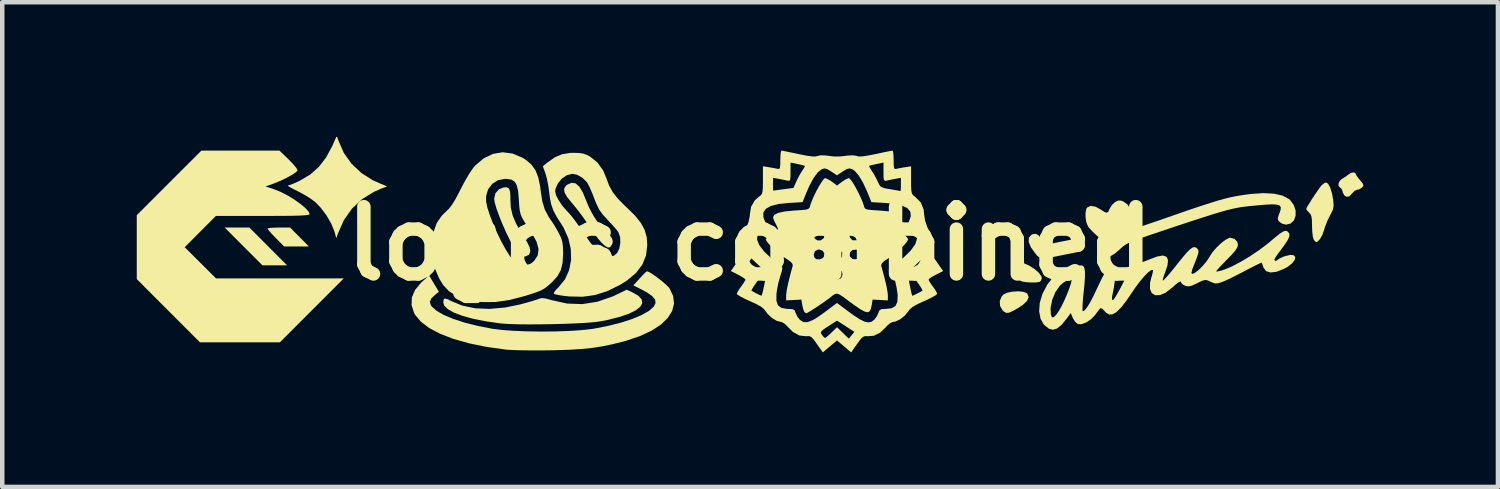
<source format=kicad_pcb>
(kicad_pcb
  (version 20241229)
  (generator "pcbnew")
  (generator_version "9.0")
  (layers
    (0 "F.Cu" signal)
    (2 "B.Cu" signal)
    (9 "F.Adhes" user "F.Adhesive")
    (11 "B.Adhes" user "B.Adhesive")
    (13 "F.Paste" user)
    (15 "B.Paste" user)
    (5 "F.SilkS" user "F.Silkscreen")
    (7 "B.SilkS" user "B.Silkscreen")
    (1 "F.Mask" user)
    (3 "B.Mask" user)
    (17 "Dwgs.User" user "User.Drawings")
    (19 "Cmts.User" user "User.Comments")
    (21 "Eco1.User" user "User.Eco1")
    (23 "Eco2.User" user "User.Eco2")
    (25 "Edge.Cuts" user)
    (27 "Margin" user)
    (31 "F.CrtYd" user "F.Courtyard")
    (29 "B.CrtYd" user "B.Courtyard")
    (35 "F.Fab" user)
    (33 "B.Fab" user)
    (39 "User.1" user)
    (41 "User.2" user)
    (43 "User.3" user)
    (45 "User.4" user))
  (footprint "logos combined"
    (layer "F.Cu")
    (at 13.672 2.381)
    (property "Reference" "logos combined" (at 0 0 0) (layer "F.SilkS") (effects (font (size 1.5 1.5) (thickness 0.3))))
    (attr board_only exclude_from_pos_files exclude_from_bom)
    (fp_poly (pts (xy -10.74 0.065) (xy -10.32 0.486) (xy -10.595 0.486) (xy -10.87 0.486) (xy -11.291 0.065) (xy -11.711 -0.356) (xy -11.436 -0.356) (xy -11.16 -0.356)) (stroke (width 0) (type solid)) (fill yes) (layer "F.SilkS"))
    (fp_poly (pts (xy -10.043 -0.146) (xy -9.835 0.065) (xy -10.11 0.065) (xy -10.386 0.065) (xy -10.571 -0.122) (xy -10.657 -0.212) (xy -10.722 -0.285) (xy -10.754 -0.328) (xy -10.756 -0.333) (xy -10.726 -0.344) (xy -10.647 -0.352) (xy -10.535 -0.356) (xy -10.504 -0.356) (xy -10.252 -0.356)) (stroke (width 0) (type solid)) (fill yes) (layer "F.SilkS"))
    (fp_poly (pts (xy 6.44 -0.181) (xy 6.499 -0.1) (xy 6.56 0.018) (xy 6.615 0.143) (xy 6.637 0.224) (xy 6.626 0.273) (xy 6.582 0.3) (xy 6.569 0.304) (xy 6.5 0.319) (xy 6.455 0.311) (xy 6.408 0.27) (xy 6.368 0.223) (xy 6.267 0.082) (xy 6.219 -0.037) (xy 6.223 -0.131) (xy 6.28 -0.195) (xy 6.317 -0.21) (xy 6.382 -0.216)) (stroke (width 0) (type solid)) (fill yes) (layer "F.SilkS"))
    (fp_poly (pts (xy 6.093 1.076) (xy 6.172 1.104) (xy 6.188 1.117) (xy 6.218 1.193) (xy 6.186 1.276) (xy 6.092 1.366) (xy 5.987 1.435) (xy 5.865 1.505) (xy 5.782 1.542) (xy 5.724 1.548) (xy 5.676 1.525) (xy 5.637 1.49) (xy 5.58 1.392) (xy 5.575 1.28) (xy 5.618 1.177) (xy 5.658 1.136) (xy 5.741 1.097) (xy 5.855 1.073) (xy 5.98 1.065)) (stroke (width 0) (type solid)) (fill yes) (layer "F.SilkS"))
    (fp_poly (pts (xy 6.116 0.441) (xy 6.232 0.493) (xy 6.345 0.565) (xy 6.44 0.647) (xy 6.499 0.726) (xy 6.512 0.773) (xy 6.489 0.834) (xy 6.461 0.855) (xy 6.385 0.868) (xy 6.272 0.869) (xy 6.149 0.86) (xy 6.091 0.851) (xy 5.987 0.813) (xy 5.897 0.75) (xy 5.841 0.677) (xy 5.832 0.637) (xy 5.856 0.537) (xy 5.918 0.459) (xy 6 0.422) (xy 6.013 0.421)) (stroke (width 0) (type solid)) (fill yes) (layer "F.SilkS"))
    (fp_poly (pts (xy 13.507 -1.57) (xy 13.51 -1.556) (xy 13.53 -1.515) (xy 13.58 -1.447) (xy 13.608 -1.413) (xy 13.666 -1.343) (xy 13.684 -1.3) (xy 13.668 -1.265) (xy 13.654 -1.25) (xy 13.587 -1.208) (xy 13.544 -1.199) (xy 13.485 -1.174) (xy 13.432 -1.118) (xy 13.366 -1.049) (xy 13.3 -1.045) (xy 13.257 -1.076) (xy 13.222 -1.141) (xy 13.218 -1.169) (xy 13.192 -1.227) (xy 13.167 -1.244) (xy 13.129 -1.286) (xy 13.132 -1.351) (xy 13.17 -1.415) (xy 13.21 -1.444) (xy 13.295 -1.496) (xy 13.342 -1.534) (xy 13.407 -1.574) (xy 13.469 -1.587)) (stroke (width 0) (type solid)) (fill yes) (layer "F.SilkS"))
    (fp_poly (pts (xy -5.372 -1.229) (xy -5.346 -1.159) (xy -5.339 -1.037) (xy -5.34 -0.988) (xy -5.331 -0.806) (xy -5.291 -0.63) (xy -5.214 -0.446) (xy -5.095 -0.238) (xy -5.059 -0.182) (xy -4.964 -0.027) (xy -4.91 0.088) (xy -4.895 0.173) (xy -4.916 0.235) (xy -4.931 0.253) (xy -5.009 0.291) (xy -5.098 0.272) (xy -5.185 0.199) (xy -5.197 0.184) (xy -5.269 0.076) (xy -5.349 -0.072) (xy -5.433 -0.244) (xy -5.515 -0.428) (xy -5.588 -0.609) (xy -5.648 -0.774) (xy -5.688 -0.91) (xy -5.702 -1.002) (xy -5.673 -1.122) (xy -5.593 -1.21) (xy -5.504 -1.248) (xy -5.423 -1.256)) (stroke (width 0) (type solid)) (fill yes) (layer "F.SilkS"))
    (fp_poly (pts (xy -3.887 -1.342) (xy -3.803 -1.27) (xy -3.723 -1.137) (xy -3.646 -0.947) (xy -3.588 -0.809) (xy -3.514 -0.666) (xy -3.432 -0.532) (xy -3.352 -0.423) (xy -3.283 -0.352) (xy -3.256 -0.336) (xy -3.213 -0.301) (xy -3.153 -0.231) (xy -3.124 -0.191) (xy -3.071 -0.107) (xy -3.055 -0.048) (xy -3.069 0.009) (xy -3.072 0.017) (xy -3.113 0.079) (xy -3.164 0.09) (xy -3.234 0.049) (xy -3.311 -0.024) (xy -3.381 -0.106) (xy -3.47 -0.224) (xy -3.563 -0.357) (xy -3.605 -0.421) (xy -3.706 -0.57) (xy -3.822 -0.726) (xy -3.932 -0.863) (xy -3.964 -0.9) (xy -4.074 -1.035) (xy -4.133 -1.14) (xy -4.142 -1.222) (xy -4.104 -1.287) (xy -4.075 -1.31) (xy -3.977 -1.354)) (stroke (width 0) (type solid)) (fill yes) (layer "F.SilkS"))
    (fp_poly (pts (xy 12.898 -1.331) (xy 12.943 -1.248) (xy 12.981 -1.127) (xy 13.009 -0.98) (xy 13.011 -0.963) (xy 13.019 -0.848) (xy 13.005 -0.761) (xy 12.963 -0.669) (xy 12.944 -0.637) (xy 12.881 -0.51) (xy 12.827 -0.37) (xy 12.813 -0.321) (xy 12.769 -0.196) (xy 12.714 -0.098) (xy 12.658 -0.041) (xy 12.631 -0.032) (xy 12.597 -0.057) (xy 12.572 -0.095) (xy 12.555 -0.158) (xy 12.543 -0.263) (xy 12.538 -0.388) (xy 12.538 -0.396) (xy 12.535 -0.526) (xy 12.523 -0.609) (xy 12.5 -0.661) (xy 12.473 -0.689) (xy 12.425 -0.74) (xy 12.408 -0.771) (xy 12.425 -0.809) (xy 12.47 -0.885) (xy 12.532 -0.984) (xy 12.603 -1.092) (xy 12.672 -1.193) (xy 12.729 -1.271) (xy 12.755 -1.303) (xy 12.814 -1.349) (xy 12.852 -1.361)) (stroke (width 0) (type solid)) (fill yes) (layer "F.SilkS"))
    (fp_poly (pts (xy -9.185 -2.33) (xy -9.17 -2.284) (xy -9.053 -2.018) (xy -8.881 -1.778) (xy -8.663 -1.573) (xy -8.408 -1.411) (xy -8.246 -1.339) (xy -8.155 -1.303) (xy -8.102 -1.276) (xy -8.1 -1.265) (xy -8.1 -1.265) (xy -8.152 -1.251) (xy -8.243 -1.215) (xy -8.357 -1.164) (xy -8.386 -1.151) (xy -8.649 -0.989) (xy -8.873 -0.778) (xy -9.053 -0.522) (xy -9.183 -0.23) (xy -9.222 -0.119) (xy -9.265 -0.273) (xy -9.333 -0.441) (xy -9.439 -0.624) (xy -9.568 -0.797) (xy -9.686 -0.919) (xy -9.783 -0.993) (xy -9.915 -1.077) (xy -10.057 -1.154) (xy -10.089 -1.17) (xy -10.197 -1.224) (xy -10.272 -1.266) (xy -10.304 -1.291) (xy -10.299 -1.295) (xy -10.246 -1.309) (xy -10.154 -1.346) (xy -10.041 -1.399) (xy -10.021 -1.409) (xy -9.798 -1.543) (xy -9.611 -1.71) (xy -9.451 -1.917) (xy -9.311 -2.176) (xy -9.243 -2.332) (xy -9.222 -2.379) (xy -9.206 -2.381)) (stroke (width 0) (type solid)) (fill yes) (layer "F.SilkS"))
    (fp_poly (pts (xy -10.278 -1.868) (xy -10.18 -1.766) (xy -10.114 -1.685) (xy -10.087 -1.634) (xy -10.089 -1.625) (xy -10.139 -1.578) (xy -10.235 -1.517) (xy -10.36 -1.45) (xy -10.498 -1.386) (xy -10.604 -1.343) (xy -10.8 -1.273) (xy -10.587 -1.202) (xy -10.451 -1.146) (xy -10.304 -1.07) (xy -10.159 -0.98) (xy -10.026 -0.886) (xy -9.917 -0.796) (xy -9.843 -0.717) (xy -9.817 -0.658) (xy -9.828 -0.646) (xy -9.866 -0.636) (xy -9.936 -0.629) (xy -10.044 -0.623) (xy -10.195 -0.619) (xy -10.396 -0.617) (xy -10.652 -0.616) (xy -10.862 -0.616) (xy -11.907 -0.616) (xy -12.255 -0.267) (xy -12.603 0.082) (xy -12.254 0.43) (xy -11.905 0.778) (xy -10.48 0.778) (xy -9.056 0.778) (xy -9.768 1.49) (xy -10.48 2.203) (xy -11.372 2.203) (xy -12.263 2.203) (xy -12.968 1.498) (xy -13.672 0.793) (xy -13.672 0.08) (xy -13.672 -0.632) (xy -12.951 -1.353) (xy -12.23 -2.073) (xy -11.36 -2.073) (xy -10.49 -2.073)) (stroke (width 0) (type solid)) (fill yes) (layer "F.SilkS"))
    (fp_poly (pts (xy -2.621 1.087) (xy -2.485 1.165) (xy -2.412 1.246) (xy -2.399 1.329) (xy -2.445 1.411) (xy -2.548 1.492) (xy -2.706 1.569) (xy -2.917 1.64) (xy -3.179 1.705) (xy -3.351 1.738) (xy -3.482 1.754) (xy -3.665 1.769) (xy -3.889 1.781) (xy -4.14 1.791) (xy -4.406 1.798) (xy -4.676 1.802) (xy -4.936 1.803) (xy -5.174 1.801) (xy -5.378 1.794) (xy -5.536 1.784) (xy -5.572 1.78) (xy -5.894 1.733) (xy -6.176 1.677) (xy -6.414 1.611) (xy -6.602 1.539) (xy -6.738 1.461) (xy -6.817 1.38) (xy -6.836 1.315) (xy -6.829 1.248) (xy -6.8 1.225) (xy -6.737 1.243) (xy -6.664 1.281) (xy -6.414 1.384) (xy -6.125 1.444) (xy -5.804 1.458) (xy -5.458 1.427) (xy -5.135 1.361) (xy -4.982 1.32) (xy -4.847 1.281) (xy -4.746 1.25) (xy -4.695 1.23) (xy -4.639 1.216) (xy -4.553 1.226) (xy -4.424 1.261) (xy -4.414 1.264) (xy -4.073 1.339) (xy -3.735 1.351) (xy -3.399 1.298) (xy -3.062 1.181) (xy -2.986 1.146) (xy -2.746 1.03)) (stroke (width 0) (type solid)) (fill yes) (layer "F.SilkS"))
    (fp_poly (pts (xy -2.249 0.635) (xy -2.169 0.683) (xy -2.07 0.753) (xy -1.968 0.832) (xy -1.876 0.911) (xy -1.809 0.977) (xy -1.791 1) (xy -1.71 1.17) (xy -1.691 1.339) (xy -1.732 1.503) (xy -1.831 1.661) (xy -1.985 1.809) (xy -2.193 1.944) (xy -2.452 2.065) (xy -2.759 2.168) (xy -2.82 2.185) (xy -3.064 2.246) (xy -3.291 2.293) (xy -3.516 2.328) (xy -3.755 2.352) (xy -4.022 2.369) (xy -4.332 2.379) (xy -4.471 2.382) (xy -4.7 2.384) (xy -4.925 2.383) (xy -5.13 2.38) (xy -5.303 2.374) (xy -5.429 2.367) (xy -5.455 2.364) (xy -5.883 2.303) (xy -6.271 2.223) (xy -6.613 2.126) (xy -6.908 2.012) (xy -7.151 1.884) (xy -7.337 1.742) (xy -7.465 1.589) (xy -7.485 1.553) (xy -7.543 1.377) (xy -7.537 1.204) (xy -7.466 1.036) (xy -7.332 0.874) (xy -7.298 0.842) (xy -7.152 0.714) (xy -7.043 0.895) (xy -6.934 1.076) (xy -7.015 1.14) (xy -7.104 1.225) (xy -7.136 1.299) (xy -7.114 1.375) (xy -7.091 1.407) (xy -6.987 1.5) (xy -6.825 1.593) (xy -6.614 1.681) (xy -6.36 1.764) (xy -6.07 1.837) (xy -5.752 1.899) (xy -5.75 1.9) (xy -5.539 1.926) (xy -5.279 1.946) (xy -4.986 1.958) (xy -4.675 1.963) (xy -4.36 1.961) (xy -4.058 1.951) (xy -3.785 1.934) (xy -3.554 1.91) (xy -3.484 1.9) (xy -3.166 1.838) (xy -2.876 1.765) (xy -2.621 1.682) (xy -2.409 1.593) (xy -2.248 1.501) (xy -2.143 1.408) (xy -2.142 1.407) (xy -2.102 1.327) (xy -2.113 1.25) (xy -2.178 1.172) (xy -2.301 1.086) (xy -2.424 1.02) (xy -2.596 0.934) (xy -2.456 0.778) (xy -2.381 0.697) (xy -2.323 0.64) (xy -2.295 0.619)) (stroke (width 0) (type solid)) (fill yes) (layer "F.SilkS"))
    (fp_poly (pts (xy -5.292 -2.007) (xy -5.073 -1.915) (xy -5.002 -1.871) (xy -4.875 -1.765) (xy -4.782 -1.637) (xy -4.717 -1.474) (xy -4.675 -1.265) (xy -4.664 -1.171) (xy -4.629 -0.943) (xy -4.572 -0.757) (xy -4.484 -0.59) (xy -4.423 -0.502) (xy -4.367 -0.419) (xy -4.301 -0.306) (xy -4.257 -0.227) (xy -4.209 -0.127) (xy -4.181 -0.037) (xy -4.168 0.066) (xy -4.164 0.206) (xy -4.164 0.227) (xy -4.176 0.431) (xy -4.216 0.593) (xy -4.292 0.731) (xy -4.412 0.862) (xy -4.433 0.882) (xy -4.515 0.953) (xy -4.586 1.006) (xy -4.665 1.049) (xy -4.766 1.089) (xy -4.905 1.135) (xy -5.001 1.165) (xy -5.353 1.257) (xy -5.669 1.304) (xy -5.958 1.306) (xy -6.075 1.294) (xy -6.335 1.244) (xy -6.543 1.17) (xy -6.707 1.065) (xy -6.839 0.925) (xy -6.924 0.787) (xy -7.027 0.548) (xy -7.081 0.307) (xy -7.09 0.041) (xy -7.087 -0.013) (xy -7.053 -0.258) (xy -6.983 -0.457) (xy -6.871 -0.62) (xy -6.782 -0.706) (xy -6.71 -0.776) (xy -6.64 -0.866) (xy -6.565 -0.989) (xy -6.528 -1.059) (xy -5.882 -1.059) (xy -5.881 -0.937) (xy -5.852 -0.798) (xy -5.796 -0.625) (xy -5.721 -0.431) (xy -5.632 -0.229) (xy -5.536 -0.034) (xy -5.439 0.142) (xy -5.348 0.285) (xy -5.269 0.38) (xy -5.26 0.388) (xy -5.13 0.47) (xy -5.001 0.488) (xy -4.878 0.444) (xy -4.809 0.387) (xy -4.73 0.263) (xy -4.712 0.122) (xy -4.755 -0.038) (xy -4.819 -0.157) (xy -4.9 -0.286) (xy -4.989 -0.426) (xy -5.029 -0.49) (xy -5.079 -0.575) (xy -5.111 -0.651) (xy -5.131 -0.739) (xy -5.144 -0.857) (xy -5.151 -0.975) (xy -5.166 -1.162) (xy -5.195 -1.292) (xy -5.241 -1.376) (xy -5.312 -1.423) (xy -5.413 -1.441) (xy -5.458 -1.442) (xy -5.615 -1.413) (xy -5.744 -1.332) (xy -5.836 -1.211) (xy -5.882 -1.059) (xy -6.528 -1.059) (xy -6.477 -1.156) (xy -6.447 -1.215) (xy -6.35 -1.399) (xy -6.255 -1.561) (xy -6.169 -1.687) (xy -6.123 -1.742) (xy -5.931 -1.902) (xy -5.725 -2) (xy -5.511 -2.035)) (stroke (width 0) (type solid)) (fill yes) (layer "F.SilkS"))
    (fp_poly (pts (xy -3.8 -2.019) (xy -3.7 -2.002) (xy -3.609 -1.965) (xy -3.562 -1.938) (xy -3.397 -1.805) (xy -3.27 -1.627) (xy -3.206 -1.474) (xy -3.141 -1.299) (xy -3.058 -1.147) (xy -2.944 -1.001) (xy -2.788 -0.843) (xy -2.743 -0.801) (xy -2.561 -0.623) (xy -2.431 -0.461) (xy -2.346 -0.305) (xy -2.3 -0.143) (xy -2.287 0.03) (xy -2.314 0.263) (xy -2.398 0.471) (xy -2.54 0.658) (xy -2.743 0.827) (xy -2.899 0.924) (xy -3.183 1.063) (xy -3.453 1.149) (xy -3.728 1.187) (xy -4.028 1.18) (xy -4.15 1.167) (xy -4.257 1.15) (xy -4.338 1.132) (xy -4.367 1.122) (xy -4.366 1.089) (xy -4.318 1.026) (xy -4.26 0.968) (xy -4.121 0.798) (xy -4.03 0.594) (xy -3.986 0.366) (xy -3.992 0.126) (xy -4.047 -0.115) (xy -4.151 -0.349) (xy -4.199 -0.427) (xy -4.307 -0.595) (xy -4.381 -0.735) (xy -4.428 -0.868) (xy -4.458 -1.015) (xy -4.472 -1.126) (xy -4.476 -1.158) (xy -4.341 -1.158) (xy -4.32 -1.075) (xy -4.263 -0.964) (xy -4.182 -0.844) (xy -4.088 -0.733) (xy -4.051 -0.697) (xy -3.993 -0.632) (xy -3.911 -0.528) (xy -3.816 -0.396) (xy -3.717 -0.252) (xy -3.707 -0.238) (xy -3.564 -0.031) (xy -3.441 0.121) (xy -3.333 0.223) (xy -3.234 0.28) (xy -3.137 0.295) (xy -3.037 0.274) (xy -3.031 0.271) (xy -2.961 0.213) (xy -2.912 0.113) (xy -2.888 -0.011) (xy -2.892 -0.137) (xy -2.928 -0.245) (xy -2.937 -0.26) (xy -2.984 -0.321) (xy -3.063 -0.411) (xy -3.157 -0.512) (xy -3.179 -0.535) (xy -3.285 -0.652) (xy -3.362 -0.762) (xy -3.424 -0.889) (xy -3.468 -1.002) (xy -3.521 -1.137) (xy -3.575 -1.26) (xy -3.621 -1.348) (xy -3.633 -1.367) (xy -3.732 -1.466) (xy -3.853 -1.534) (xy -3.959 -1.555) (xy -4.079 -1.525) (xy -4.192 -1.448) (xy -4.282 -1.34) (xy -4.335 -1.217) (xy -4.341 -1.158) (xy -4.476 -1.158) (xy -4.493 -1.278) (xy -4.521 -1.429) (xy -4.553 -1.548) (xy -4.558 -1.563) (xy -4.616 -1.724) (xy -4.519 -1.803) (xy -4.35 -1.922) (xy -4.186 -1.992) (xy -4.003 -2.021) (xy -3.936 -2.023)) (stroke (width 0) (type solid)) (fill yes) (layer "F.SilkS"))
    (fp_poly (pts (xy 11.689 -1.112) (xy 11.882 -1.068) (xy 12.023 -0.993) (xy 12.051 -0.968) (xy 12.132 -0.856) (xy 12.172 -0.734) (xy 12.171 -0.617) (xy 12.134 -0.516) (xy 12.061 -0.447) (xy 11.958 -0.421) (xy 11.87 -0.443) (xy 11.813 -0.482) (xy 11.781 -0.524) (xy 11.775 -0.568) (xy 11.795 -0.636) (xy 11.813 -0.68) (xy 11.838 -0.755) (xy 11.841 -0.81) (xy 11.816 -0.848) (xy 11.755 -0.868) (xy 11.652 -0.874) (xy 11.5 -0.867) (xy 11.293 -0.849) (xy 11.205 -0.841) (xy 11.085 -0.828) (xy 10.976 -0.814) (xy 10.871 -0.797) (xy 10.761 -0.774) (xy 10.639 -0.744) (xy 10.497 -0.704) (xy 10.328 -0.653) (xy 10.124 -0.588) (xy 9.877 -0.508) (xy 9.579 -0.41) (xy 9.444 -0.365) (xy 9.164 -0.271) (xy 8.938 -0.195) (xy 8.759 -0.134) (xy 8.621 -0.084) (xy 8.516 -0.042) (xy 8.436 -0.006) (xy 8.375 0.027) (xy 8.327 0.061) (xy 8.282 0.099) (xy 8.242 0.136) (xy 8.136 0.227) (xy 8.054 0.276) (xy 7.98 0.292) (xy 7.975 0.292) (xy 7.899 0.281) (xy 7.873 0.244) (xy 7.873 0.237) (xy 7.893 0.176) (xy 7.944 0.105) (xy 7.946 0.103) (xy 7.99 0.043) (xy 7.984 0.012) (xy 7.977 0.009) (xy 7.919 -0.026) (xy 7.833 -0.094) (xy 7.736 -0.179) (xy 7.642 -0.268) (xy 7.569 -0.346) (xy 7.544 -0.38) (xy 7.506 -0.469) (xy 7.487 -0.582) (xy 7.487 -0.693) (xy 7.507 -0.78) (xy 7.523 -0.803) (xy 7.602 -0.84) (xy 7.71 -0.821) (xy 7.821 -0.761) (xy 7.91 -0.704) (xy 7.962 -0.687) (xy 7.994 -0.709) (xy 8.023 -0.773) (xy 8.023 -0.774) (xy 8.078 -0.862) (xy 8.144 -0.924) (xy 8.214 -0.959) (xy 8.279 -0.957) (xy 8.33 -0.938) (xy 8.433 -0.862) (xy 8.492 -0.74) (xy 8.506 -0.573) (xy 8.5 -0.502) (xy 8.491 -0.398) (xy 8.497 -0.343) (xy 8.519 -0.325) (xy 8.527 -0.324) (xy 8.572 -0.334) (xy 8.667 -0.363) (xy 8.803 -0.407) (xy 8.969 -0.463) (xy 9.157 -0.527) (xy 9.188 -0.538) (xy 9.532 -0.658) (xy 9.822 -0.758) (xy 10.067 -0.84) (xy 10.273 -0.906) (xy 10.447 -0.96) (xy 10.597 -1.001) (xy 10.731 -1.034) (xy 10.856 -1.059) (xy 10.979 -1.079) (xy 11.107 -1.097) (xy 11.162 -1.104) (xy 11.448 -1.124)) (stroke (width 0) (type solid)) (fill yes) (layer "F.SilkS"))
    (fp_poly (pts (xy 2.245 -1.43) (xy 2.296 -1.358) (xy 2.358 -1.254) (xy 2.421 -1.134) (xy 2.479 -1.012) (xy 2.524 -0.903) (xy 2.544 -0.839) (xy 2.556 -0.8) (xy 2.579 -0.774) (xy 2.625 -0.758) (xy 2.707 -0.748) (xy 2.838 -0.739) (xy 2.878 -0.737) (xy 3.092 -0.718) (xy 3.245 -0.687) (xy 3.337 -0.645) (xy 3.369 -0.59) (xy 3.369 -0.586) (xy 3.353 -0.526) (xy 3.313 -0.444) (xy 3.304 -0.427) (xy 3.261 -0.333) (xy 3.268 -0.277) (xy 3.318 -0.259) (xy 3.373 -0.24) (xy 3.442 -0.194) (xy 3.503 -0.14) (xy 3.531 -0.097) (xy 3.531 -0.094) (xy 3.507 -0.044) (xy 3.443 0.033) (xy 3.352 0.123) (xy 3.246 0.215) (xy 3.138 0.296) (xy 3.096 0.324) (xy 2.996 0.391) (xy 2.943 0.441) (xy 2.929 0.484) (xy 2.932 0.502) (xy 3.002 0.758) (xy 3.049 0.959) (xy 3.074 1.101) (xy 3.078 1.158) (xy 3.078 1.268) (xy 2.908 1.259) (xy 2.738 1.25) (xy 2.718 1.372) (xy 2.699 1.46) (xy 2.67 1.514) (xy 2.625 1.533) (xy 2.556 1.516) (xy 2.457 1.461) (xy 2.319 1.366) (xy 2.192 1.272) (xy 2.075 1.185) (xy 1.995 1.135) (xy 1.94 1.117) (xy 1.894 1.127) (xy 1.844 1.162) (xy 1.827 1.176) (xy 1.753 1.234) (xy 1.654 1.305) (xy 1.542 1.382) (xy 1.433 1.454) (xy 1.34 1.513) (xy 1.277 1.549) (xy 1.259 1.555) (xy 1.222 1.532) (xy 1.211 1.516) (xy 1.189 1.458) (xy 1.169 1.372) (xy 1.168 1.363) (xy 1.15 1.25) (xy 0.98 1.259) (xy 0.81 1.268) (xy 0.81 1.158) (xy 0.821 1.051) (xy 0.855 0.885) (xy 0.899 0.709) (xy 1.824 0.709) (xy 1.857 0.775) (xy 1.926 0.809) (xy 1.944 0.81) (xy 2.012 0.787) (xy 2.04 0.763) (xy 2.068 0.691) (xy 2.05 0.62) (xy 2.001 0.569) (xy 1.933 0.554) (xy 1.887 0.571) (xy 1.832 0.634) (xy 1.824 0.709) (xy 0.899 0.709) (xy 0.911 0.661) (xy 0.955 0.502) (xy 0.954 0.459) (xy 0.919 0.414) (xy 0.84 0.355) (xy 0.791 0.324) (xy 0.686 0.25) (xy 0.68 0.245) (xy 1.426 0.245) (xy 1.438 0.31) (xy 1.482 0.348) (xy 1.552 0.354) (xy 1.62 0.328) (xy 1.65 0.296) (xy 1.661 0.22) (xy 1.66 0.219) (xy 1.823 0.219) (xy 1.832 0.296) (xy 1.879 0.346) (xy 1.944 0.356) (xy 2.027 0.336) (xy 2.056 0.296) (xy 2.057 0.274) (xy 2.229 0.274) (xy 2.239 0.298) (xy 2.295 0.346) (xy 2.359 0.35) (xy 2.422 0.332) (xy 2.444 0.282) (xy 2.446 0.243) (xy 2.435 0.171) (xy 2.392 0.14) (xy 2.367 0.135) (xy 2.284 0.147) (xy 2.233 0.2) (xy 2.229 0.274) (xy 2.057 0.274) (xy 2.061 0.204) (xy 2.015 0.146) (xy 1.944 0.13) (xy 1.86 0.154) (xy 1.823 0.219) (xy 1.66 0.219) (xy 1.623 0.16) (xy 1.549 0.133) (xy 1.521 0.135) (xy 1.452 0.171) (xy 1.426 0.245) (xy 0.68 0.245) (xy 0.578 0.161) (xy 0.48 0.069) (xy 0.403 -0.014) (xy 0.361 -0.077) (xy 0.356 -0.094) (xy 0.381 -0.136) (xy 0.426 -0.177) (xy 1.426 -0.177) (xy 1.451 -0.106) (xy 1.511 -0.069) (xy 1.583 -0.071) (xy 1.644 -0.115) (xy 1.651 -0.127) (xy 1.659 -0.165) (xy 1.824 -0.165) (xy 1.857 -0.1) (xy 1.926 -0.066) (xy 1.944 -0.065) (xy 2.012 -0.088) (xy 2.04 -0.112) (xy 2.063 -0.172) (xy 2.221 -0.172) (xy 2.237 -0.127) (xy 2.291 -0.073) (xy 2.373 -0.072) (xy 2.411 -0.084) (xy 2.452 -0.13) (xy 2.459 -0.202) (xy 2.433 -0.272) (xy 2.415 -0.29) (xy 2.344 -0.313) (xy 2.268 -0.292) (xy 2.222 -0.239) (xy 2.221 -0.172) (xy 2.063 -0.172) (xy 2.068 -0.184) (xy 2.05 -0.255) (xy 2.001 -0.306) (xy 1.933 -0.321) (xy 1.887 -0.304) (xy 1.832 -0.241) (xy 1.824 -0.165) (xy 1.659 -0.165) (xy 1.669 -0.215) (xy 1.631 -0.283) (xy 1.583 -0.309) (xy 1.503 -0.306) (xy 1.445 -0.253) (xy 1.426 -0.177) (xy 0.426 -0.177) (xy 0.44 -0.19) (xy 0.51 -0.237) (xy 0.566 -0.259) (xy 0.569 -0.259) (xy 0.623 -0.28) (xy 0.626 -0.339) (xy 0.584 -0.427) (xy 0.541 -0.51) (xy 0.519 -0.577) (xy 0.518 -0.586) (xy 0.547 -0.641) (xy 0.635 -0.685) (xy 0.784 -0.716) (xy 0.994 -0.736) (xy 1.01 -0.737) (xy 1.155 -0.746) (xy 1.247 -0.755) (xy 1.3 -0.77) (xy 1.328 -0.793) (xy 1.341 -0.828) (xy 1.344 -0.839) (xy 1.374 -0.93) (xy 1.423 -1.045) (xy 1.483 -1.168) (xy 1.547 -1.285) (xy 1.607 -1.381) (xy 1.654 -1.443) (xy 1.677 -1.458) (xy 1.733 -1.439) (xy 1.811 -1.393) (xy 1.836 -1.375) (xy 1.944 -1.293) (xy 2.052 -1.375) (xy 2.132 -1.427) (xy 2.198 -1.456) (xy 2.211 -1.458)) (stroke (width 0) (type solid)) (fill yes) (layer "F.SilkS"))
    (fp_poly (pts (xy 11.974 -0.279) (xy 12.001 -0.261) (xy 12.033 -0.218) (xy 12.032 -0.16) (xy 11.996 -0.078) (xy 11.921 0.036) (xy 11.854 0.126) (xy 11.78 0.226) (xy 11.724 0.307) (xy 11.697 0.355) (xy 11.696 0.361) (xy 11.717 0.387) (xy 11.758 0.378) (xy 11.775 0.359) (xy 11.814 0.333) (xy 11.893 0.297) (xy 11.944 0.279) (xy 12.062 0.252) (xy 12.135 0.264) (xy 12.165 0.304) (xy 12.152 0.365) (xy 12.097 0.438) (xy 12.002 0.515) (xy 11.91 0.566) (xy 11.746 0.63) (xy 11.613 0.646) (xy 11.514 0.616) (xy 11.457 0.54) (xy 11.455 0.535) (xy 11.43 0.464) (xy 11.416 0.426) (xy 11.416 0.426) (xy 11.386 0.436) (xy 11.31 0.472) (xy 11.199 0.527) (xy 11.064 0.598) (xy 11.038 0.612) (xy 10.884 0.692) (xy 10.737 0.766) (xy 10.613 0.824) (xy 10.53 0.858) (xy 10.528 0.859) (xy 10.436 0.887) (xy 10.37 0.889) (xy 10.297 0.862) (xy 10.273 0.851) (xy 10.207 0.821) (xy 10.156 0.812) (xy 10.097 0.827) (xy 10.009 0.868) (xy 9.977 0.884) (xy 9.868 0.935) (xy 9.793 0.955) (xy 9.732 0.949) (xy 9.709 0.942) (xy 9.647 0.908) (xy 9.622 0.876) (xy 9.611 0.846) (xy 9.572 0.856) (xy 9.501 0.91) (xy 9.416 0.986) (xy 9.273 1.096) (xy 9.146 1.15) (xy 9.041 1.153) (xy 8.965 1.106) (xy 8.924 1.014) (xy 8.925 0.878) (xy 8.952 0.767) (xy 8.979 0.673) (xy 8.992 0.607) (xy 8.99 0.588) (xy 8.952 0.592) (xy 8.885 0.641) (xy 8.799 0.727) (xy 8.701 0.843) (xy 8.599 0.979) (xy 8.543 1.062) (xy 8.399 1.273) (xy 8.278 1.428) (xy 8.176 1.529) (xy 8.088 1.579) (xy 8.011 1.582) (xy 7.941 1.539) (xy 7.907 1.501) (xy 7.854 1.45) (xy 7.816 1.442) (xy 7.813 1.444) (xy 7.78 1.487) (xy 7.725 1.56) (xy 7.703 1.591) (xy 7.61 1.688) (xy 7.501 1.761) (xy 7.394 1.799) (xy 7.318 1.797) (xy 7.262 1.754) (xy 7.211 1.677) (xy 7.204 1.663) (xy 7.157 1.55) (xy 7.066 1.674) (xy 6.952 1.813) (xy 6.853 1.894) (xy 6.763 1.922) (xy 6.673 1.901) (xy 6.671 1.9) (xy 6.557 1.809) (xy 6.483 1.676) (xy 6.452 1.51) (xy 6.456 1.461) (xy 6.707 1.461) (xy 6.714 1.584) (xy 6.736 1.645) (xy 6.777 1.644) (xy 6.837 1.583) (xy 6.895 1.498) (xy 6.95 1.402) (xy 7.009 1.28) (xy 7.067 1.148) (xy 7.118 1.019) (xy 7.156 0.909) (xy 7.175 0.832) (xy 7.173 0.805) (xy 7.135 0.798) (xy 7.067 0.825) (xy 6.987 0.877) (xy 6.911 0.944) (xy 6.911 0.945) (xy 6.817 1.079) (xy 6.746 1.246) (xy 6.71 1.415) (xy 6.707 1.461) (xy 6.456 1.461) (xy 6.466 1.323) (xy 6.524 1.128) (xy 6.635 0.914) (xy 6.769 0.744) (xy 6.921 0.624) (xy 7.083 0.56) (xy 7.173 0.551) (xy 7.254 0.542) (xy 7.303 0.522) (xy 7.306 0.518) (xy 7.351 0.491) (xy 7.388 0.486) (xy 7.431 0.499) (xy 7.459 0.542) (xy 7.473 0.622) (xy 7.474 0.747) (xy 7.461 0.924) (xy 7.446 1.073) (xy 7.43 1.231) (xy 7.421 1.364) (xy 7.418 1.46) (xy 7.422 1.507) (xy 7.423 1.509) (xy 7.461 1.496) (xy 7.517 1.429) (xy 7.589 1.312) (xy 7.672 1.153) (xy 7.757 0.972) (xy 7.858 0.762) (xy 7.944 0.61) (xy 8.016 0.518) (xy 8.073 0.486) (xy 8.074 0.486) (xy 8.104 0.513) (xy 8.136 0.575) (xy 8.15 0.667) (xy 8.143 0.81) (xy 8.117 0.995) (xy 8.077 1.191) (xy 8.077 1.248) (xy 8.097 1.264) (xy 8.123 1.236) (xy 8.172 1.16) (xy 8.236 1.047) (xy 8.31 0.907) (xy 8.338 0.85) (xy 8.42 0.686) (xy 8.481 0.572) (xy 8.527 0.5) (xy 8.563 0.46) (xy 8.595 0.444) (xy 8.621 0.443) (xy 8.688 0.434) (xy 8.792 0.402) (xy 8.911 0.355) (xy 8.917 0.352) (xy 9.088 0.288) (xy 9.213 0.268) (xy 9.292 0.294) (xy 9.326 0.366) (xy 9.315 0.485) (xy 9.264 0.636) (xy 9.228 0.733) (xy 9.209 0.804) (xy 9.21 0.829) (xy 9.234 0.811) (xy 9.291 0.751) (xy 9.373 0.656) (xy 9.471 0.536) (xy 9.51 0.487) (xy 9.643 0.321) (xy 9.744 0.202) (xy 9.821 0.126) (xy 9.879 0.087) (xy 9.924 0.079) (xy 9.962 0.097) (xy 9.964 0.099) (xy 9.995 0.132) (xy 10.007 0.173) (xy 9.996 0.235) (xy 9.963 0.332) (xy 9.916 0.449) (xy 9.866 0.579) (xy 9.848 0.656) (xy 9.861 0.68) (xy 9.923 0.656) (xy 10.007 0.592) (xy 10.098 0.501) (xy 10.184 0.4) (xy 10.25 0.3) (xy 10.256 0.288) (xy 10.318 0.193) (xy 10.407 0.091) (xy 10.507 -0.005) (xy 10.605 -0.081) (xy 10.686 -0.124) (xy 10.713 -0.13) (xy 10.81 -0.104) (xy 10.872 -0.036) (xy 10.886 0.026) (xy 10.873 0.082) (xy 10.83 0.152) (xy 10.75 0.246) (xy 10.643 0.356) (xy 10.543 0.458) (xy 10.463 0.543) (xy 10.412 0.601) (xy 10.4 0.621) (xy 10.427 0.624) (xy 10.499 0.608) (xy 10.586 0.58) (xy 10.751 0.511) (xy 10.946 0.409) (xy 11.154 0.284) (xy 11.358 0.147) (xy 11.54 0.009) (xy 11.578 -0.022) (xy 11.718 -0.139) (xy 11.818 -0.219) (xy 11.889 -0.265) (xy 11.938 -0.283)) (stroke (width 0) (type solid)) (fill yes) (layer "F.SilkS"))
    (fp_poly (pts (xy 3.195 -2.043) (xy 3.204 -1.966) (xy 3.207 -1.861) (xy 3.209 -1.747) (xy 3.218 -1.685) (xy 3.236 -1.662) (xy 3.264 -1.664) (xy 3.331 -1.679) (xy 3.429 -1.697) (xy 3.458 -1.701) (xy 3.596 -1.723) (xy 3.596 -1.414) (xy 3.597 -1.271) (xy 3.602 -1.178) (xy 3.614 -1.119) (xy 3.639 -1.081) (xy 3.678 -1.047) (xy 3.694 -1.036) (xy 3.813 -0.915) (xy 3.876 -0.76) (xy 3.888 -0.645) (xy 3.907 -0.516) (xy 3.957 -0.369) (xy 3.974 -0.331) (xy 4.022 -0.228) (xy 4.043 -0.154) (xy 4.04 -0.084) (xy 4.021 -0.006) (xy 3.982 0.142) (xy 4.146 0.378) (xy 4.311 0.613) (xy 4.148 0.696) (xy 4.059 0.745) (xy 4 0.786) (xy 3.985 0.805) (xy 4.003 0.844) (xy 4.049 0.914) (xy 4.081 0.958) (xy 4.138 1.039) (xy 4.173 1.103) (xy 4.178 1.122) (xy 4.151 1.149) (xy 4.076 1.193) (xy 3.967 1.248) (xy 3.887 1.284) (xy 3.736 1.353) (xy 3.634 1.411) (xy 3.568 1.466) (xy 3.532 1.514) (xy 3.453 1.61) (xy 3.35 1.691) (xy 3.244 1.741) (xy 3.191 1.749) (xy 3.132 1.773) (xy 3.061 1.834) (xy 3.036 1.863) (xy 2.906 1.988) (xy 2.763 2.057) (xy 2.634 2.067) (xy 2.572 2.064) (xy 2.525 2.08) (xy 2.477 2.125) (xy 2.412 2.212) (xy 2.391 2.24) (xy 2.26 2.427) (xy 2.102 2.294) (xy 1.944 2.161) (xy 1.786 2.294) (xy 1.627 2.427) (xy 1.496 2.24) (xy 1.425 2.142) (xy 1.374 2.088) (xy 1.328 2.065) (xy 1.271 2.065) (xy 1.254 2.067) (xy 1.108 2.052) (xy 0.983 1.985) (xy 1.583 1.985) (xy 1.596 2.02) (xy 1.607 2.037) (xy 1.651 2.089) (xy 1.677 2.106) (xy 1.71 2.085) (xy 1.773 2.032) (xy 1.821 1.986) (xy 1.944 1.866) (xy 2.076 1.994) (xy 2.208 2.122) (xy 2.27 2.046) (xy 2.332 1.97) (xy 2.138 1.844) (xy 1.944 1.719) (xy 1.751 1.843) (xy 1.652 1.909) (xy 1.599 1.952) (xy 1.583 1.985) (xy 0.983 1.985) (xy 0.966 1.977) (xy 0.852 1.863) (xy 0.783 1.793) (xy 0.716 1.753) (xy 0.697 1.749) (xy 0.6 1.724) (xy 0.492 1.659) (xy 0.397 1.57) (xy 0.356 1.514) (xy 0.309 1.455) (xy 0.236 1.399) (xy 0.125 1.34) (xy 0.001 1.284) (xy -0.123 1.227) (xy -0.221 1.175) (xy -0.28 1.136) (xy -0.291 1.122) (xy -0.272 1.076) (xy -0.225 1.002) (xy -0.193 0.958) (xy -0.137 0.879) (xy -0.103 0.821) (xy -0.097 0.805) (xy -0.124 0.777) (xy -0.192 0.733) (xy -0.26 0.696) (xy -0.423 0.613) (xy -0.368 0.535) (xy -0.095 0.535) (xy 0.082 0.624) (xy 0.259 0.713) (xy 0.141 0.876) (xy 0.082 0.963) (xy 0.045 1.026) (xy 0.036 1.05) (xy 0.075 1.074) (xy 0.141 1.11) (xy 0.21 1.144) (xy 0.255 1.164) (xy 0.259 1.165) (xy 0.272 1.136) (xy 0.293 1.059) (xy 0.317 0.947) (xy 0.325 0.909) (xy 0.374 0.651) (xy 0.204 0.491) (xy 0.034 0.331) (xy -0.03 0.433) (xy -0.095 0.535) (xy -0.368 0.535) (xy -0.259 0.378) (xy -0.094 0.142) (xy -0.134 -0.006) (xy -0.152 -0.087) (xy 0.161 -0.087) (xy 0.213 0.04) (xy 0.325 0.185) (xy 0.499 0.348) (xy 0.687 0.494) (xy 0.716 0.521) (xy 0.725 0.555) (xy 0.714 0.616) (xy 0.681 0.719) (xy 0.678 0.729) (xy 0.637 0.875) (xy 0.605 1.037) (xy 0.594 1.122) (xy 0.592 1.274) (xy 0.627 1.377) (xy 0.702 1.435) (xy 0.824 1.457) (xy 0.855 1.458) (xy 0.946 1.463) (xy 0.993 1.483) (xy 1.016 1.531) (xy 1.018 1.542) (xy 1.057 1.625) (xy 1.116 1.702) (xy 1.195 1.752) (xy 1.29 1.753) (xy 1.41 1.705) (xy 1.478 1.665) (xy 1.552 1.615) (xy 1.654 1.542) (xy 1.758 1.465) (xy 1.944 1.325) (xy 2.13 1.465) (xy 2.311 1.598) (xy 2.451 1.689) (xy 2.56 1.742) (xy 2.644 1.76) (xy 2.712 1.746) (xy 2.771 1.703) (xy 2.772 1.702) (xy 2.833 1.622) (xy 2.869 1.542) (xy 2.891 1.489) (xy 2.932 1.464) (xy 3.015 1.458) (xy 3.033 1.458) (xy 3.165 1.443) (xy 3.249 1.392) (xy 3.291 1.299) (xy 3.297 1.157) (xy 3.294 1.122) (xy 3.272 0.974) (xy 3.235 0.812) (xy 3.21 0.729) (xy 3.185 0.651) (xy 3.514 0.651) (xy 3.563 0.909) (xy 3.587 1.028) (xy 3.607 1.118) (xy 3.62 1.163) (xy 3.622 1.166) (xy 3.654 1.153) (xy 3.721 1.121) (xy 3.735 1.114) (xy 3.807 1.076) (xy 3.849 1.052) (xy 3.851 1.05) (xy 3.84 1.021) (xy 3.8 0.954) (xy 3.746 0.876) (xy 3.629 0.713) (xy 3.806 0.624) (xy 3.982 0.535) (xy 3.918 0.433) (xy 3.853 0.331) (xy 3.684 0.491) (xy 3.514 0.651) (xy 3.185 0.651) (xy 3.176 0.622) (xy 3.163 0.559) (xy 3.17 0.523) (xy 3.197 0.496) (xy 3.2 0.494) (xy 3.425 0.317) (xy 3.587 0.158) (xy 3.689 0.016) (xy 3.729 -0.108) (xy 3.707 -0.214) (xy 3.643 -0.287) (xy 3.575 -0.336) (xy 3.526 -0.364) (xy 3.525 -0.364) (xy 3.513 -0.399) (xy 3.543 -0.478) (xy 3.545 -0.481) (xy 3.59 -0.607) (xy 3.58 -0.709) (xy 3.513 -0.789) (xy 3.389 -0.848) (xy 3.205 -0.887) (xy 3.017 -0.905) (xy 2.711 -0.923) (xy 2.622 -1.145) (xy 2.527 -1.352) (xy 2.432 -1.513) (xy 2.34 -1.62) (xy 2.284 -1.658) (xy 2.225 -1.675) (xy 2.166 -1.662) (xy 2.081 -1.613) (xy 2.074 -1.608) (xy 1.944 -1.522) (xy 1.813 -1.608) (xy 1.727 -1.66) (xy 1.666 -1.675) (xy 1.609 -1.66) (xy 1.604 -1.658) (xy 1.517 -1.59) (xy 1.423 -1.463) (xy 1.327 -1.285) (xy 1.266 -1.145) (xy 1.176 -0.923) (xy 0.871 -0.905) (xy 0.639 -0.881) (xy 0.468 -0.837) (xy 0.356 -0.774) (xy 0.301 -0.69) (xy 0.303 -0.583) (xy 0.343 -0.481) (xy 0.374 -0.401) (xy 0.363 -0.364) (xy 0.362 -0.364) (xy 0.314 -0.337) (xy 0.246 -0.288) (xy 0.245 -0.287) (xy 0.172 -0.196) (xy 0.161 -0.087) (xy -0.152 -0.087) (xy -0.154 -0.094) (xy -0.153 -0.163) (xy -0.129 -0.24) (xy -0.087 -0.331) (xy -0.029 -0.478) (xy -0.001 -0.614) (xy 0 -0.645) (xy 0.028 -0.82) (xy 0.112 -0.963) (xy 0.194 -1.036) (xy 0.239 -1.071) (xy 0.268 -1.106) (xy 0.283 -1.157) (xy 0.285 -1.179) (xy 0.518 -1.179) (xy 0.746 -1.21) (xy 0.973 -1.24) (xy 1.036 -1.383) (xy 1.091 -1.494) (xy 1.151 -1.598) (xy 1.169 -1.623) (xy 1.211 -1.689) (xy 1.228 -1.728) (xy 1.227 -1.731) (xy 2.661 -1.731) (xy 2.67 -1.701) (xy 2.708 -1.64) (xy 2.718 -1.624) (xy 2.776 -1.532) (xy 2.835 -1.419) (xy 2.85 -1.387) (xy 2.885 -1.313) (xy 2.922 -1.268) (xy 2.978 -1.241) (xy 3.07 -1.221) (xy 3.133 -1.211) (xy 3.244 -1.192) (xy 3.325 -1.177) (xy 3.361 -1.17) (xy 3.361 -1.17) (xy 3.366 -1.197) (xy 3.369 -1.269) (xy 3.369 -1.316) (xy 3.369 -1.465) (xy 3.248 -1.443) (xy 3.146 -1.424) (xy 3.06 -1.405) (xy 3.054 -1.404) (xy 3.014 -1.398) (xy 2.993 -1.414) (xy 2.983 -1.465) (xy 2.981 -1.565) (xy 2.981 -1.596) (xy 2.981 -1.806) (xy 2.827 -1.774) (xy 2.735 -1.753) (xy 2.674 -1.737) (xy 2.661 -1.731) (xy 1.227 -1.731) (xy 1.191 -1.744) (xy 1.113 -1.763) (xy 1.061 -1.774) (xy 0.907 -1.806) (xy 0.907 -1.596) (xy 0.906 -1.484) (xy 0.898 -1.422) (xy 0.88 -1.399) (xy 0.845 -1.401) (xy 0.834 -1.404) (xy 0.753 -1.421) (xy 0.65 -1.441) (xy 0.64 -1.443) (xy 0.518 -1.465) (xy 0.518 -1.322) (xy 0.518 -1.179) (xy 0.285 -1.179) (xy 0.29 -1.239) (xy 0.292 -1.365) (xy 0.292 -1.414) (xy 0.292 -1.723) (xy 0.429 -1.701) (xy 0.529 -1.684) (xy 0.609 -1.668) (xy 0.624 -1.664) (xy 0.654 -1.663) (xy 0.671 -1.689) (xy 0.679 -1.756) (xy 0.68 -1.861) (xy 0.684 -1.968) (xy 0.693 -2.045) (xy 0.705 -2.073) (xy 0.744 -2.066) (xy 0.834 -2.048) (xy 0.959 -2.022) (xy 1.085 -1.995) (xy 1.265 -1.96) (xy 1.391 -1.942) (xy 1.471 -1.942) (xy 1.503 -1.951) (xy 1.575 -1.967) (xy 1.68 -1.965) (xy 1.714 -1.961) (xy 1.869 -1.942) (xy 2.002 -1.941) (xy 2.152 -1.957) (xy 2.174 -1.961) (xy 2.283 -1.968) (xy 2.368 -1.958) (xy 2.385 -1.951) (xy 2.438 -1.94) (xy 2.533 -1.946) (xy 2.676 -1.969) (xy 2.802 -1.995) (xy 2.947 -2.026) (xy 3.068 -2.051) (xy 3.152 -2.067) (xy 3.183 -2.073)) (stroke (width 0) (type solid)) (fill yes) (layer "F.SilkS")))
  (gr_rect
    (start -3 -3)
    (end 30.356 7.808)
    (stroke (width 0.1) (type default))
    (fill no)
    (layer "Edge.Cuts")))
</source>
